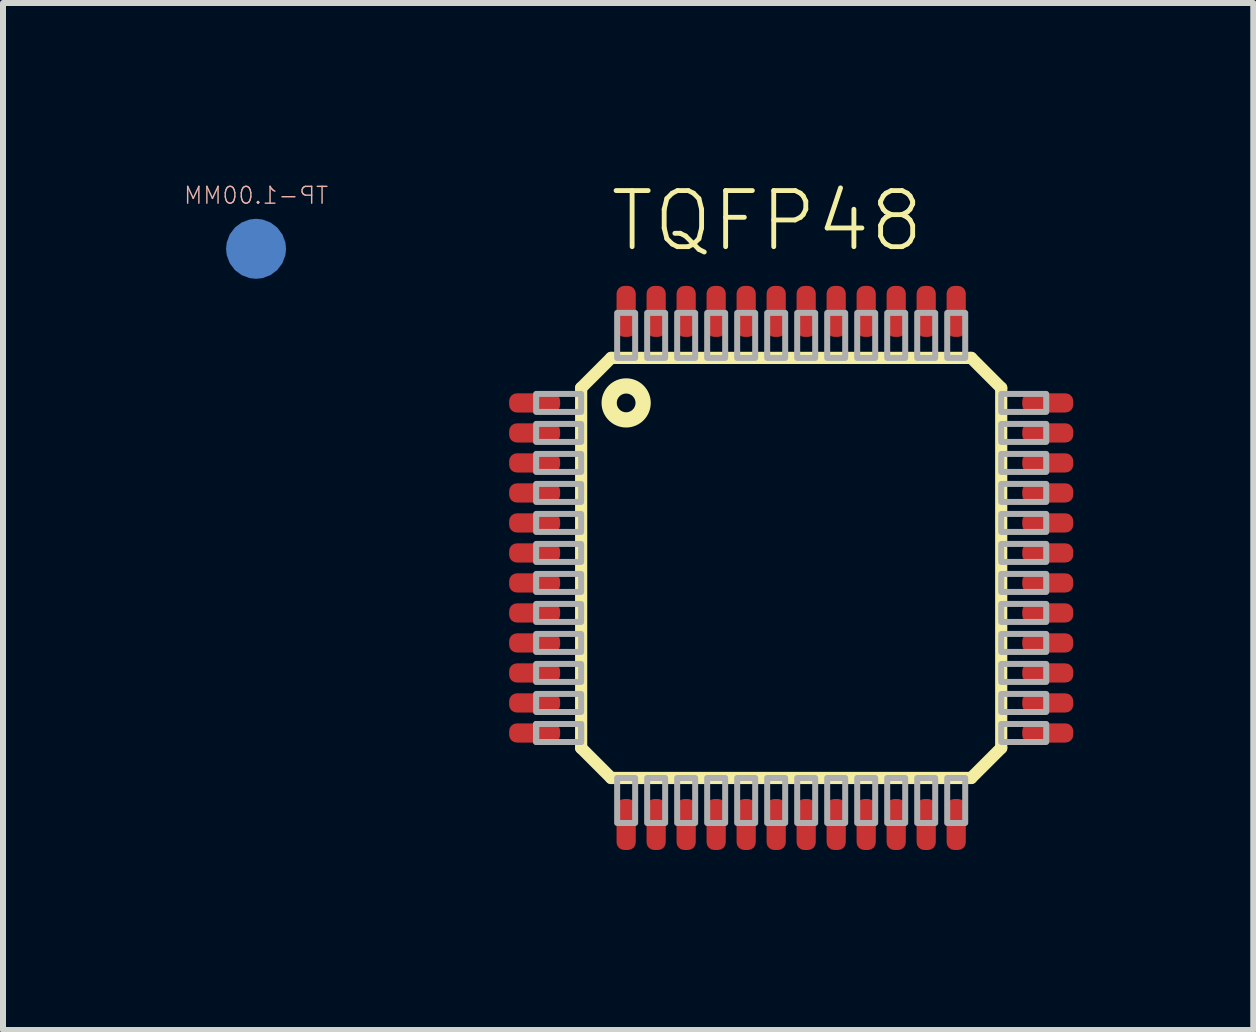
<source format=kicad_pcb>
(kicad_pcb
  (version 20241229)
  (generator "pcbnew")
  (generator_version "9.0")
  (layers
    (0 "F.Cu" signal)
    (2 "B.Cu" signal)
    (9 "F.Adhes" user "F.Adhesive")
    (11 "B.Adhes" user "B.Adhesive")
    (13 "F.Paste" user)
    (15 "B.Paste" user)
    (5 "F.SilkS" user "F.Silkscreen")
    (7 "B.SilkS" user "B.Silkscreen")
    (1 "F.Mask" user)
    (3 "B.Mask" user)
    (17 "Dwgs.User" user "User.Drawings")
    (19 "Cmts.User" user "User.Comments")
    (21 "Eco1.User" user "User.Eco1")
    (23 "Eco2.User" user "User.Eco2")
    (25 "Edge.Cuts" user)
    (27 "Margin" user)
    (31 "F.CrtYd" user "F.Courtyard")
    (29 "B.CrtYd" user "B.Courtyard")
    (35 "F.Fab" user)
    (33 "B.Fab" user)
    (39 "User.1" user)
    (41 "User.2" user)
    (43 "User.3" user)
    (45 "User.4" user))
  (footprint "TQFP48"
    (layer "F.Cu")
    (at 10.134 6.414)
    (property "Reference" "TQFP48" (at -3.06 -5.235 0) (unlocked yes) (layer "F.SilkS") (effects (font (size 0.935 0.935) (thickness 0.081)) (justify left bottom)))
    (fp_line (start -3.5 -3) (end -3 -3.5) (stroke (width 0.203) (type solid)) (layer "F.SilkS"))
    (fp_line (start -3.5 3) (end -3.5 -3) (stroke (width 0.203) (type solid)) (layer "F.SilkS"))
    (fp_line (start -3 -3.5) (end 3 -3.5) (stroke (width 0.203) (type solid)) (layer "F.SilkS"))
    (fp_line (start -3 3.5) (end -3.5 3) (stroke (width 0.203) (type solid)) (layer "F.SilkS"))
    (fp_line (start 3 -3.5) (end 3.5 -3) (stroke (width 0.203) (type solid)) (layer "F.SilkS"))
    (fp_line (start 3 3.5) (end -3 3.5) (stroke (width 0.203) (type solid)) (layer "F.SilkS"))
    (fp_line (start 3.5 -3) (end 3.5 3) (stroke (width 0.203) (type solid)) (layer "F.SilkS"))
    (fp_line (start 3.5 3) (end 3 3.5) (stroke (width 0.203) (type solid)) (layer "F.SilkS"))
    (fp_circle (center -2.75 -2.75) (end -2.467 -2.75) (stroke (width 0.254) (type solid)) (fill no) (layer "F.SilkS"))
    (fp_poly (pts (xy -4.25 -2.6) (xy -3.5 -2.6) (xy -3.5 -2.9) (xy -4.25 -2.9)) (stroke (width 0.1) (type default)) (fill no) (layer "F.Fab"))
    (fp_poly (pts (xy -4.25 -2.1) (xy -3.5 -2.1) (xy -3.5 -2.4) (xy -4.25 -2.4)) (stroke (width 0.1) (type default)) (fill no) (layer "F.Fab"))
    (fp_poly (pts (xy -4.25 -1.6) (xy -3.5 -1.6) (xy -3.5 -1.9) (xy -4.25 -1.9)) (stroke (width 0.1) (type default)) (fill no) (layer "F.Fab"))
    (fp_poly (pts (xy -4.25 -1.1) (xy -3.5 -1.1) (xy -3.5 -1.4) (xy -4.25 -1.4)) (stroke (width 0.1) (type default)) (fill no) (layer "F.Fab"))
    (fp_poly (pts (xy -4.25 -0.6) (xy -3.5 -0.6) (xy -3.5 -0.9) (xy -4.25 -0.9)) (stroke (width 0.1) (type default)) (fill no) (layer "F.Fab"))
    (fp_poly (pts (xy -4.25 -0.1) (xy -3.5 -0.1) (xy -3.5 -0.4) (xy -4.25 -0.4)) (stroke (width 0.1) (type default)) (fill no) (layer "F.Fab"))
    (fp_poly (pts (xy -4.25 0.4) (xy -3.5 0.4) (xy -3.5 0.1) (xy -4.25 0.1)) (stroke (width 0.1) (type default)) (fill no) (layer "F.Fab"))
    (fp_poly (pts (xy -4.25 0.9) (xy -3.5 0.9) (xy -3.5 0.6) (xy -4.25 0.6)) (stroke (width 0.1) (type default)) (fill no) (layer "F.Fab"))
    (fp_poly (pts (xy -4.25 1.4) (xy -3.5 1.4) (xy -3.5 1.1) (xy -4.25 1.1)) (stroke (width 0.1) (type default)) (fill no) (layer "F.Fab"))
    (fp_poly (pts (xy -4.25 1.9) (xy -3.5 1.9) (xy -3.5 1.6) (xy -4.25 1.6)) (stroke (width 0.1) (type default)) (fill no) (layer "F.Fab"))
    (fp_poly (pts (xy -4.25 2.4) (xy -3.5 2.4) (xy -3.5 2.1) (xy -4.25 2.1)) (stroke (width 0.1) (type default)) (fill no) (layer "F.Fab"))
    (fp_poly (pts (xy -4.25 2.9) (xy -3.5 2.9) (xy -3.5 2.6) (xy -4.25 2.6)) (stroke (width 0.1) (type default)) (fill no) (layer "F.Fab"))
    (fp_poly (pts (xy -4.25 2.9) (xy -3.5 2.9) (xy -3.5 2.6) (xy -4.25 2.6)) (stroke (width 0.1) (type default)) (fill no) (layer "F.Fab"))
    (fp_poly (pts (xy -2.9 -3.5) (xy -2.6 -3.5) (xy -2.6 -4.25) (xy -2.9 -4.25)) (stroke (width 0.1) (type default)) (fill no) (layer "F.Fab"))
    (fp_poly (pts (xy -2.9 4.25) (xy -2.6 4.25) (xy -2.6 3.5) (xy -2.9 3.5)) (stroke (width 0.1) (type default)) (fill no) (layer "F.Fab"))
    (fp_poly (pts (xy -2.4 -3.5) (xy -2.1 -3.5) (xy -2.1 -4.25) (xy -2.4 -4.25)) (stroke (width 0.1) (type default)) (fill no) (layer "F.Fab"))
    (fp_poly (pts (xy -2.4 4.25) (xy -2.1 4.25) (xy -2.1 3.5) (xy -2.4 3.5)) (stroke (width 0.1) (type default)) (fill no) (layer "F.Fab"))
    (fp_poly (pts (xy -1.9 -3.5) (xy -1.6 -3.5) (xy -1.6 -4.25) (xy -1.9 -4.25)) (stroke (width 0.1) (type default)) (fill no) (layer "F.Fab"))
    (fp_poly (pts (xy -1.9 4.25) (xy -1.6 4.25) (xy -1.6 3.5) (xy -1.9 3.5)) (stroke (width 0.1) (type default)) (fill no) (layer "F.Fab"))
    (fp_poly (pts (xy -1.4 -3.5) (xy -1.1 -3.5) (xy -1.1 -4.25) (xy -1.4 -4.25)) (stroke (width 0.1) (type default)) (fill no) (layer "F.Fab"))
    (fp_poly (pts (xy -1.4 4.25) (xy -1.1 4.25) (xy -1.1 3.5) (xy -1.4 3.5)) (stroke (width 0.1) (type default)) (fill no) (layer "F.Fab"))
    (fp_poly (pts (xy -0.9 -3.5) (xy -0.6 -3.5) (xy -0.6 -4.25) (xy -0.9 -4.25)) (stroke (width 0.1) (type default)) (fill no) (layer "F.Fab"))
    (fp_poly (pts (xy -0.9 4.25) (xy -0.6 4.25) (xy -0.6 3.5) (xy -0.9 3.5)) (stroke (width 0.1) (type default)) (fill no) (layer "F.Fab"))
    (fp_poly (pts (xy -0.4 -3.5) (xy -0.1 -3.5) (xy -0.1 -4.25) (xy -0.4 -4.25)) (stroke (width 0.1) (type default)) (fill no) (layer "F.Fab"))
    (fp_poly (pts (xy -0.4 4.25) (xy -0.1 4.25) (xy -0.1 3.5) (xy -0.4 3.5)) (stroke (width 0.1) (type default)) (fill no) (layer "F.Fab"))
    (fp_poly (pts (xy 0.1 -3.5) (xy 0.4 -3.5) (xy 0.4 -4.25) (xy 0.1 -4.25)) (stroke (width 0.1) (type default)) (fill no) (layer "F.Fab"))
    (fp_poly (pts (xy 0.1 4.25) (xy 0.4 4.25) (xy 0.4 3.5) (xy 0.1 3.5)) (stroke (width 0.1) (type default)) (fill no) (layer "F.Fab"))
    (fp_poly (pts (xy 0.6 -3.5) (xy 0.9 -3.5) (xy 0.9 -4.25) (xy 0.6 -4.25)) (stroke (width 0.1) (type default)) (fill no) (layer "F.Fab"))
    (fp_poly (pts (xy 0.6 4.25) (xy 0.9 4.25) (xy 0.9 3.5) (xy 0.6 3.5)) (stroke (width 0.1) (type default)) (fill no) (layer "F.Fab"))
    (fp_poly (pts (xy 1.1 -3.5) (xy 1.4 -3.5) (xy 1.4 -4.25) (xy 1.1 -4.25)) (stroke (width 0.1) (type default)) (fill no) (layer "F.Fab"))
    (fp_poly (pts (xy 1.1 4.25) (xy 1.4 4.25) (xy 1.4 3.5) (xy 1.1 3.5)) (stroke (width 0.1) (type default)) (fill no) (layer "F.Fab"))
    (fp_poly (pts (xy 1.6 -3.5) (xy 1.9 -3.5) (xy 1.9 -4.25) (xy 1.6 -4.25)) (stroke (width 0.1) (type default)) (fill no) (layer "F.Fab"))
    (fp_poly (pts (xy 1.6 4.25) (xy 1.9 4.25) (xy 1.9 3.5) (xy 1.6 3.5)) (stroke (width 0.1) (type default)) (fill no) (layer "F.Fab"))
    (fp_poly (pts (xy 2.1 -3.5) (xy 2.4 -3.5) (xy 2.4 -4.25) (xy 2.1 -4.25)) (stroke (width 0.1) (type default)) (fill no) (layer "F.Fab"))
    (fp_poly (pts (xy 2.1 4.25) (xy 2.4 4.25) (xy 2.4 3.5) (xy 2.1 3.5)) (stroke (width 0.1) (type default)) (fill no) (layer "F.Fab"))
    (fp_poly (pts (xy 2.6 -3.5) (xy 2.9 -3.5) (xy 2.9 -4.25) (xy 2.6 -4.25)) (stroke (width 0.1) (type default)) (fill no) (layer "F.Fab"))
    (fp_poly (pts (xy 2.6 4.25) (xy 2.9 4.25) (xy 2.9 3.5) (xy 2.6 3.5)) (stroke (width 0.1) (type default)) (fill no) (layer "F.Fab"))
    (fp_poly (pts (xy 3.5 -2.6) (xy 4.25 -2.6) (xy 4.25 -2.9) (xy 3.5 -2.9)) (stroke (width 0.1) (type default)) (fill no) (layer "F.Fab"))
    (fp_poly (pts (xy 3.5 -2.1) (xy 4.25 -2.1) (xy 4.25 -2.4) (xy 3.5 -2.4)) (stroke (width 0.1) (type default)) (fill no) (layer "F.Fab"))
    (fp_poly (pts (xy 3.5 -1.6) (xy 4.25 -1.6) (xy 4.25 -1.9) (xy 3.5 -1.9)) (stroke (width 0.1) (type default)) (fill no) (layer "F.Fab"))
    (fp_poly (pts (xy 3.5 -1.1) (xy 4.25 -1.1) (xy 4.25 -1.4) (xy 3.5 -1.4)) (stroke (width 0.1) (type default)) (fill no) (layer "F.Fab"))
    (fp_poly (pts (xy 3.5 -0.6) (xy 4.25 -0.6) (xy 4.25 -0.9) (xy 3.5 -0.9)) (stroke (width 0.1) (type default)) (fill no) (layer "F.Fab"))
    (fp_poly (pts (xy 3.5 -0.1) (xy 4.25 -0.1) (xy 4.25 -0.4) (xy 3.5 -0.4)) (stroke (width 0.1) (type default)) (fill no) (layer "F.Fab"))
    (fp_poly (pts (xy 3.5 0.4) (xy 4.25 0.4) (xy 4.25 0.1) (xy 3.5 0.1)) (stroke (width 0.1) (type default)) (fill no) (layer "F.Fab"))
    (fp_poly (pts (xy 3.5 0.9) (xy 4.25 0.9) (xy 4.25 0.6) (xy 3.5 0.6)) (stroke (width 0.1) (type default)) (fill no) (layer "F.Fab"))
    (fp_poly (pts (xy 3.5 1.4) (xy 4.25 1.4) (xy 4.25 1.1) (xy 3.5 1.1)) (stroke (width 0.1) (type default)) (fill no) (layer "F.Fab"))
    (fp_poly (pts (xy 3.5 1.9) (xy 4.25 1.9) (xy 4.25 1.6) (xy 3.5 1.6)) (stroke (width 0.1) (type default)) (fill no) (layer "F.Fab"))
    (fp_poly (pts (xy 3.5 2.4) (xy 4.25 2.4) (xy 4.25 2.1) (xy 3.5 2.1)) (stroke (width 0.1) (type default)) (fill no) (layer "F.Fab"))
    (fp_poly (pts (xy 3.5 2.9) (xy 4.25 2.9) (xy 4.25 2.6) (xy 3.5 2.6)) (stroke (width 0.1) (type default)) (fill no) (layer "F.Fab"))
    (pad "1" smd roundrect (at -4.275 -2.75) (size 0.85 0.32) (layers "F.Cu" "F.Mask" "F.Paste") (roundrect_rratio 0.4))
    (pad "2" smd roundrect (at -4.275 -2.25) (size 0.85 0.32) (layers "F.Cu" "F.Mask" "F.Paste") (roundrect_rratio 0.4))
    (pad "3" smd roundrect (at -4.275 -1.75) (size 0.85 0.32) (layers "F.Cu" "F.Mask" "F.Paste") (roundrect_rratio 0.4))
    (pad "4" smd roundrect (at -4.275 -1.25) (size 0.85 0.32) (layers "F.Cu" "F.Mask" "F.Paste") (roundrect_rratio 0.4))
    (pad "5" smd roundrect (at -4.275 -0.75) (size 0.85 0.32) (layers "F.Cu" "F.Mask" "F.Paste") (roundrect_rratio 0.4))
    (pad "6" smd roundrect (at -4.275 -0.25) (size 0.85 0.32) (layers "F.Cu" "F.Mask" "F.Paste") (roundrect_rratio 0.4))
    (pad "7" smd roundrect (at -4.275 0.25) (size 0.85 0.32) (layers "F.Cu" "F.Mask" "F.Paste") (roundrect_rratio 0.4))
    (pad "8" smd roundrect (at -4.275 0.75) (size 0.85 0.32) (layers "F.Cu" "F.Mask" "F.Paste") (roundrect_rratio 0.4))
    (pad "9" smd roundrect (at -4.275 1.25) (size 0.85 0.32) (layers "F.Cu" "F.Mask" "F.Paste") (roundrect_rratio 0.4))
    (pad "10" smd roundrect (at -4.275 1.75) (size 0.85 0.32) (layers "F.Cu" "F.Mask" "F.Paste") (roundrect_rratio 0.4))
    (pad "11" smd roundrect (at -4.275 2.25) (size 0.85 0.32) (layers "F.Cu" "F.Mask" "F.Paste") (roundrect_rratio 0.4))
    (pad "12" smd roundrect (at -4.275 2.75) (size 0.85 0.32) (layers "F.Cu" "F.Mask" "F.Paste") (roundrect_rratio 0.4))
    (pad "13" smd roundrect (at -2.75 4.275 90) (size 0.85 0.32) (layers "F.Cu" "F.Mask" "F.Paste") (roundrect_rratio 0.4))
    (pad "14" smd roundrect (at -2.25 4.275 90) (size 0.85 0.32) (layers "F.Cu" "F.Mask" "F.Paste") (roundrect_rratio 0.4))
    (pad "15" smd roundrect (at -1.75 4.275 90) (size 0.85 0.32) (layers "F.Cu" "F.Mask" "F.Paste") (roundrect_rratio 0.4))
    (pad "16" smd roundrect (at -1.25 4.275 90) (size 0.85 0.32) (layers "F.Cu" "F.Mask" "F.Paste") (roundrect_rratio 0.4))
    (pad "17" smd roundrect (at -0.75 4.275 90) (size 0.85 0.32) (layers "F.Cu" "F.Mask" "F.Paste") (roundrect_rratio 0.4))
    (pad "18" smd roundrect (at -0.25 4.275 90) (size 0.85 0.32) (layers "F.Cu" "F.Mask" "F.Paste") (roundrect_rratio 0.4))
    (pad "19" smd roundrect (at 0.25 4.275 90) (size 0.85 0.32) (layers "F.Cu" "F.Mask" "F.Paste") (roundrect_rratio 0.4))
    (pad "20" smd roundrect (at 0.75 4.275 90) (size 0.85 0.32) (layers "F.Cu" "F.Mask" "F.Paste") (roundrect_rratio 0.4))
    (pad "21" smd roundrect (at 1.25 4.275 90) (size 0.85 0.32) (layers "F.Cu" "F.Mask" "F.Paste") (roundrect_rratio 0.4))
    (pad "22" smd roundrect (at 1.75 4.275 90) (size 0.85 0.32) (layers "F.Cu" "F.Mask" "F.Paste") (roundrect_rratio 0.4))
    (pad "23" smd roundrect (at 2.25 4.275 90) (size 0.85 0.32) (layers "F.Cu" "F.Mask" "F.Paste") (roundrect_rratio 0.4))
    (pad "24" smd roundrect (at 2.75 4.275 90) (size 0.85 0.32) (layers "F.Cu" "F.Mask" "F.Paste") (roundrect_rratio 0.4))
    (pad "25" smd roundrect (at 4.275 2.75) (size 0.85 0.32) (layers "F.Cu" "F.Mask" "F.Paste") (roundrect_rratio 0.4))
    (pad "26" smd roundrect (at 4.275 2.25) (size 0.85 0.32) (layers "F.Cu" "F.Mask" "F.Paste") (roundrect_rratio 0.4))
    (pad "27" smd roundrect (at 4.275 1.75) (size 0.85 0.32) (layers "F.Cu" "F.Mask" "F.Paste") (roundrect_rratio 0.4))
    (pad "28" smd roundrect (at 4.275 1.25) (size 0.85 0.32) (layers "F.Cu" "F.Mask" "F.Paste") (roundrect_rratio 0.4))
    (pad "29" smd roundrect (at 4.275 0.75) (size 0.85 0.32) (layers "F.Cu" "F.Mask" "F.Paste") (roundrect_rratio 0.4))
    (pad "30" smd roundrect (at 4.275 0.25) (size 0.85 0.32) (layers "F.Cu" "F.Mask" "F.Paste") (roundrect_rratio 0.4))
    (pad "31" smd roundrect (at 4.275 -0.25) (size 0.85 0.32) (layers "F.Cu" "F.Mask" "F.Paste") (roundrect_rratio 0.4))
    (pad "32" smd roundrect (at 4.275 -0.75) (size 0.85 0.32) (layers "F.Cu" "F.Mask" "F.Paste") (roundrect_rratio 0.4))
    (pad "33" smd roundrect (at 4.275 -1.25) (size 0.85 0.32) (layers "F.Cu" "F.Mask" "F.Paste") (roundrect_rratio 0.4))
    (pad "34" smd roundrect (at 4.275 -1.75) (size 0.85 0.32) (layers "F.Cu" "F.Mask" "F.Paste") (roundrect_rratio 0.4))
    (pad "35" smd roundrect (at 4.275 -2.25) (size 0.85 0.32) (layers "F.Cu" "F.Mask" "F.Paste") (roundrect_rratio 0.4))
    (pad "36" smd roundrect (at 4.275 -2.75) (size 0.85 0.32) (layers "F.Cu" "F.Mask" "F.Paste") (roundrect_rratio 0.4))
    (pad "37" smd roundrect (at 2.75 -4.275 90) (size 0.85 0.32) (layers "F.Cu" "F.Mask" "F.Paste") (roundrect_rratio 0.4))
    (pad "38" smd roundrect (at 2.25 -4.275 90) (size 0.85 0.32) (layers "F.Cu" "F.Mask" "F.Paste") (roundrect_rratio 0.4))
    (pad "39" smd roundrect (at 1.75 -4.275 90) (size 0.85 0.32) (layers "F.Cu" "F.Mask" "F.Paste") (roundrect_rratio 0.4))
    (pad "40" smd roundrect (at 1.25 -4.275 90) (size 0.85 0.32) (layers "F.Cu" "F.Mask" "F.Paste") (roundrect_rratio 0.4))
    (pad "41" smd roundrect (at 0.75 -4.275 90) (size 0.85 0.32) (layers "F.Cu" "F.Mask" "F.Paste") (roundrect_rratio 0.4))
    (pad "42" smd roundrect (at 0.25 -4.275 90) (size 0.85 0.32) (layers "F.Cu" "F.Mask" "F.Paste") (roundrect_rratio 0.4))
    (pad "43" smd roundrect (at -0.25 -4.275 90) (size 0.85 0.32) (layers "F.Cu" "F.Mask" "F.Paste") (roundrect_rratio 0.4))
    (pad "44" smd roundrect (at -0.75 -4.275 90) (size 0.85 0.32) (layers "F.Cu" "F.Mask" "F.Paste") (roundrect_rratio 0.4))
    (pad "45" smd roundrect (at -1.25 -4.275 90) (size 0.85 0.32) (layers "F.Cu" "F.Mask" "F.Paste") (roundrect_rratio 0.4))
    (pad "46" smd roundrect (at -1.75 -4.275 90) (size 0.85 0.32) (layers "F.Cu" "F.Mask" "F.Paste") (roundrect_rratio 0.4))
    (pad "47" smd roundrect (at -2.25 -4.275 90) (size 0.85 0.32) (layers "F.Cu" "F.Mask" "F.Paste") (roundrect_rratio 0.4))
    (pad "48" smd roundrect (at -2.75 -4.275 90) (size 0.85 0.32) (layers "F.Cu" "F.Mask" "F.Paste") (roundrect_rratio 0.4)))
  (footprint "TP-1.00MM"
    (layer "F.Cu")
    (at 1.217 1.096)
    (property "Reference" "TP-1.00MM" (at 0 -0.889 0) (unlocked yes) (layer "B.SilkS") (effects (font (size 0.28 0.28) (thickness 0.024)) (justify mirror)))
    (pad "X" smd roundrect (at 0 0) (size 1 1) (layers "B.Cu" "B.Mask") (roundrect_rratio 0.5)))
  (gr_rect
    (start -3 -3)
    (end 17.834 14.114)
    (stroke (width 0.1) (type default))
    (fill no)
    (layer "Edge.Cuts")))
</source>
